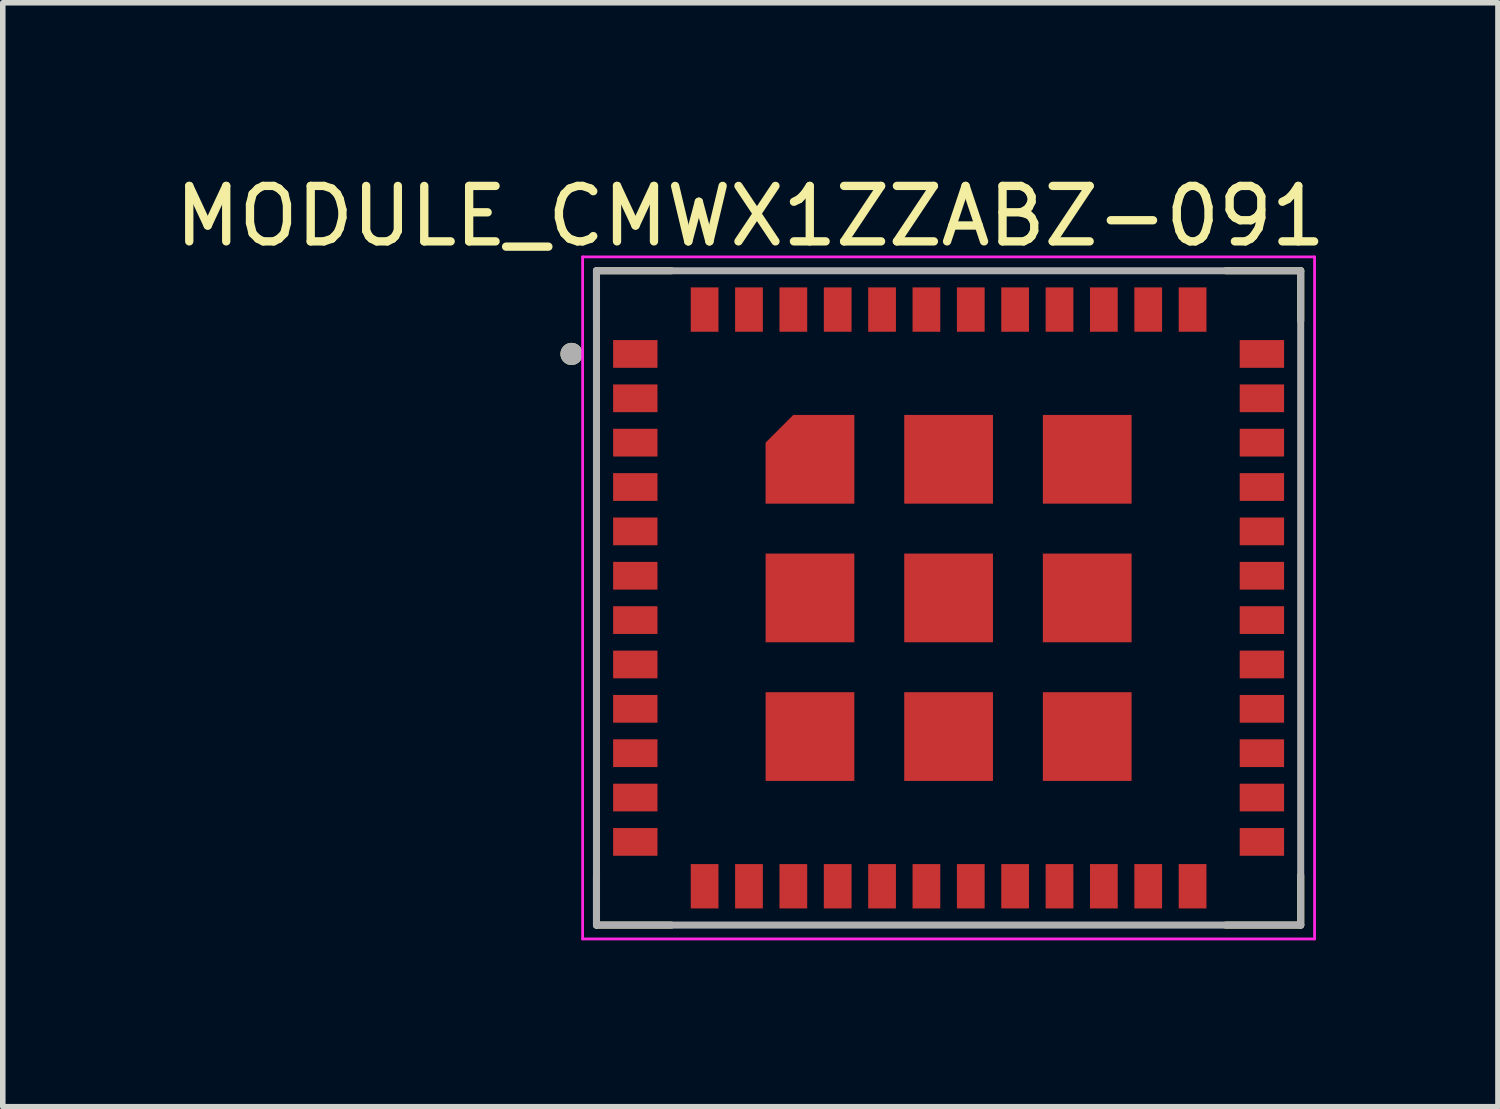
<source format=kicad_pcb>
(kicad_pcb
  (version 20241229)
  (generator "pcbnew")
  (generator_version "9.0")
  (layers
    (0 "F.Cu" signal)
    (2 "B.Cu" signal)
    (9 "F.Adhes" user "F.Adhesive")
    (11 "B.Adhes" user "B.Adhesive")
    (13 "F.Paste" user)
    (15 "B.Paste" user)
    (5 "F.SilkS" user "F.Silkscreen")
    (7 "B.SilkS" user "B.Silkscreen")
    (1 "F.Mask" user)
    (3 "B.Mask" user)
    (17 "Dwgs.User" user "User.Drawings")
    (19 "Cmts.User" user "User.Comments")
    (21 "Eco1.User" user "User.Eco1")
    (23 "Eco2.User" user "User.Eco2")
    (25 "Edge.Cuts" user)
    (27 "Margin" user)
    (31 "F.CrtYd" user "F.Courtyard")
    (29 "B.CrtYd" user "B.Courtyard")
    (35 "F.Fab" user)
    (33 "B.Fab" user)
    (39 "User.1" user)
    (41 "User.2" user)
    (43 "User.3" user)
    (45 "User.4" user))
  (footprint "MODULE_CMWX1ZZABZ-091"
    (layer "F.Cu")
    (at 14.057 7.733)
    (property "Reference" "MODULE_CMWX1ZZABZ-091" (at -3.575 -6.885 0) (layer "F.SilkS") (effects (font (size 1 1) (thickness 0.15))))
    (attr through_hole)
    (fp_poly (pts (xy -1.6 -3.4) (xy -1.6 -1.6) (xy -3.4 -1.6) (xy -3.4 -2.9) (xy -2.9 -3.4)) (stroke (width 0.001) (type solid)) (fill yes) (layer "F.Mask"))
    (fp_line (start -6.35 -5.9) (end -5 -5.9) (stroke (width 0.127) (type solid)) (layer "F.SilkS"))
    (fp_line (start -6.35 -5) (end -6.35 -5.9) (stroke (width 0.127) (type solid)) (layer "F.SilkS"))
    (fp_line (start -6.35 5) (end -6.35 5.9) (stroke (width 0.127) (type solid)) (layer "F.SilkS"))
    (fp_line (start -6.35 5.9) (end -5 5.9) (stroke (width 0.127) (type solid)) (layer "F.SilkS"))
    (fp_line (start 5 -5.9) (end 6.35 -5.9) (stroke (width 0.127) (type solid)) (layer "F.SilkS"))
    (fp_line (start 5 5.9) (end 6.35 5.9) (stroke (width 0.127) (type solid)) (layer "F.SilkS"))
    (fp_line (start 6.35 -5.9) (end 6.35 -5) (stroke (width 0.127) (type solid)) (layer "F.SilkS"))
    (fp_line (start 6.35 5.9) (end 6.35 5) (stroke (width 0.127) (type solid)) (layer "F.SilkS"))
    (fp_circle (center -6.8 -4.4) (end -6.7 -4.4) (stroke (width 0.2) (type solid)) (fill no) (layer "F.SilkS"))
    (fp_poly (pts (xy -1.7 -3.3) (xy -1.7 -1.7) (xy -3.3 -1.7) (xy -3.3 -2.8) (xy -2.8 -3.3)) (stroke (width 0.001) (type solid)) (fill yes) (layer "F.Paste"))
    (fp_line (start -6.6 -6.15) (end -6.6 6.15) (stroke (width 0.05) (type solid)) (layer "F.CrtYd"))
    (fp_line (start -6.6 6.15) (end 6.6 6.15) (stroke (width 0.05) (type solid)) (layer "F.CrtYd"))
    (fp_line (start 6.6 -6.15) (end -6.6 -6.15) (stroke (width 0.05) (type solid)) (layer "F.CrtYd"))
    (fp_line (start 6.6 6.15) (end 6.6 -6.15) (stroke (width 0.05) (type solid)) (layer "F.CrtYd"))
    (fp_line (start -6.35 -5.9) (end 6.35 -5.9) (stroke (width 0.127) (type solid)) (layer "F.Fab"))
    (fp_line (start -6.35 5.9) (end -6.35 -5.9) (stroke (width 0.127) (type solid)) (layer "F.Fab"))
    (fp_line (start 6.35 -5.9) (end 6.35 5.9) (stroke (width 0.127) (type solid)) (layer "F.Fab"))
    (fp_line (start 6.35 5.9) (end -6.35 5.9) (stroke (width 0.127) (type solid)) (layer "F.Fab"))
    (fp_circle (center -6.8 -4.4) (end -6.7 -4.4) (stroke (width 0.2) (type solid)) (fill no) (layer "F.Fab"))
    (pad "1" smd rect (at -5.65 -4.4) (size 0.8 0.5) (layers "F.Cu" "F.Mask" "F.Paste"))
    (pad "2" smd rect (at -5.65 -3.6) (size 0.8 0.5) (layers "F.Cu" "F.Mask" "F.Paste"))
    (pad "3" smd rect (at -5.65 -2.8) (size 0.8 0.5) (layers "F.Cu" "F.Mask" "F.Paste"))
    (pad "4" smd rect (at -5.65 -2) (size 0.8 0.5) (layers "F.Cu" "F.Mask" "F.Paste"))
    (pad "5" smd rect (at -5.65 -1.2) (size 0.8 0.5) (layers "F.Cu" "F.Mask" "F.Paste"))
    (pad "6" smd rect (at -5.65 -0.4) (size 0.8 0.5) (layers "F.Cu" "F.Mask" "F.Paste"))
    (pad "7" smd rect (at -5.65 0.4) (size 0.8 0.5) (layers "F.Cu" "F.Mask" "F.Paste"))
    (pad "8" smd rect (at -5.65 1.2) (size 0.8 0.5) (layers "F.Cu" "F.Mask" "F.Paste"))
    (pad "9" smd rect (at -5.65 2) (size 0.8 0.5) (layers "F.Cu" "F.Mask" "F.Paste"))
    (pad "10" smd rect (at -5.65 2.8) (size 0.8 0.5) (layers "F.Cu" "F.Mask" "F.Paste"))
    (pad "11" smd rect (at -5.65 3.6) (size 0.8 0.5) (layers "F.Cu" "F.Mask" "F.Paste"))
    (pad "12" smd rect (at -5.65 4.4) (size 0.8 0.5) (layers "F.Cu" "F.Mask" "F.Paste"))
    (pad "13" smd rect (at -4.4 5.2) (size 0.5 0.8) (layers "F.Cu" "F.Mask" "F.Paste"))
    (pad "14" smd rect (at -3.6 5.2) (size 0.5 0.8) (layers "F.Cu" "F.Mask" "F.Paste"))
    (pad "15" smd rect (at -2.8 5.2) (size 0.5 0.8) (layers "F.Cu" "F.Mask" "F.Paste"))
    (pad "16" smd rect (at -2 5.2) (size 0.5 0.8) (layers "F.Cu" "F.Mask" "F.Paste"))
    (pad "17" smd rect (at -1.2 5.2) (size 0.5 0.8) (layers "F.Cu" "F.Mask" "F.Paste"))
    (pad "18" smd rect (at -0.4 5.2) (size 0.5 0.8) (layers "F.Cu" "F.Mask" "F.Paste"))
    (pad "19" smd rect (at 0.4 5.2) (size 0.5 0.8) (layers "F.Cu" "F.Mask" "F.Paste"))
    (pad "20" smd rect (at 1.2 5.2) (size 0.5 0.8) (layers "F.Cu" "F.Mask" "F.Paste"))
    (pad "21" smd rect (at 2 5.2) (size 0.5 0.8) (layers "F.Cu" "F.Mask" "F.Paste"))
    (pad "22" smd rect (at 2.8 5.2) (size 0.5 0.8) (layers "F.Cu" "F.Mask" "F.Paste"))
    (pad "23" smd rect (at 3.6 5.2) (size 0.5 0.8) (layers "F.Cu" "F.Mask" "F.Paste"))
    (pad "24" smd rect (at 4.4 5.2) (size 0.5 0.8) (layers "F.Cu" "F.Mask" "F.Paste"))
    (pad "25" smd rect (at 5.65 4.4) (size 0.8 0.5) (layers "F.Cu" "F.Mask" "F.Paste"))
    (pad "26" smd rect (at 5.65 3.6) (size 0.8 0.5) (layers "F.Cu" "F.Mask" "F.Paste"))
    (pad "27" smd rect (at 5.65 2.8) (size 0.8 0.5) (layers "F.Cu" "F.Mask" "F.Paste"))
    (pad "28" smd rect (at 5.65 2) (size 0.8 0.5) (layers "F.Cu" "F.Mask" "F.Paste"))
    (pad "29" smd rect (at 5.65 1.2) (size 0.8 0.5) (layers "F.Cu" "F.Mask" "F.Paste"))
    (pad "30" smd rect (at 5.65 0.4) (size 0.8 0.5) (layers "F.Cu" "F.Mask" "F.Paste"))
    (pad "31" smd rect (at 5.65 -0.4) (size 0.8 0.5) (layers "F.Cu" "F.Mask" "F.Paste"))
    (pad "32" smd rect (at 5.65 -1.2) (size 0.8 0.5) (layers "F.Cu" "F.Mask" "F.Paste"))
    (pad "33" smd rect (at 5.65 -2) (size 0.8 0.5) (layers "F.Cu" "F.Mask" "F.Paste"))
    (pad "34" smd rect (at 5.65 -2.8) (size 0.8 0.5) (layers "F.Cu" "F.Mask" "F.Paste"))
    (pad "35" smd rect (at 5.65 -3.6) (size 0.8 0.5) (layers "F.Cu" "F.Mask" "F.Paste"))
    (pad "36" smd rect (at 5.65 -4.4) (size 0.8 0.5) (layers "F.Cu" "F.Mask" "F.Paste"))
    (pad "37" smd rect (at 4.4 -5.2) (size 0.5 0.8) (layers "F.Cu" "F.Mask" "F.Paste"))
    (pad "38" smd rect (at 3.6 -5.2) (size 0.5 0.8) (layers "F.Cu" "F.Mask" "F.Paste"))
    (pad "39" smd rect (at 2.8 -5.2) (size 0.5 0.8) (layers "F.Cu" "F.Mask" "F.Paste"))
    (pad "40" smd rect (at 2 -5.2) (size 0.5 0.8) (layers "F.Cu" "F.Mask" "F.Paste"))
    (pad "41" smd rect (at 1.2 -5.2) (size 0.5 0.8) (layers "F.Cu" "F.Mask" "F.Paste"))
    (pad "42" smd rect (at 0.4 -5.2) (size 0.5 0.8) (layers "F.Cu" "F.Mask" "F.Paste"))
    (pad "43" smd rect (at -0.4 -5.2) (size 0.5 0.8) (layers "F.Cu" "F.Mask" "F.Paste"))
    (pad "44" smd rect (at -1.2 -5.2) (size 0.5 0.8) (layers "F.Cu" "F.Mask" "F.Paste"))
    (pad "45" smd rect (at -2 -5.2) (size 0.5 0.8) (layers "F.Cu" "F.Mask" "F.Paste"))
    (pad "46" smd rect (at -2.8 -5.2) (size 0.5 0.8) (layers "F.Cu" "F.Mask" "F.Paste"))
    (pad "47" smd rect (at -3.6 -5.2) (size 0.5 0.8) (layers "F.Cu" "F.Mask" "F.Paste"))
    (pad "48" smd rect (at -4.4 -5.2) (size 0.5 0.8) (layers "F.Cu" "F.Mask" "F.Paste"))
    (pad "49" smd custom (at -2.5 -2.5) (size 0.8 0.8) (layers "F.Cu") (options (anchor rect)) (primitives (gr_poly (pts (xy 0.8 -0.8) (xy 0.8 0.8) (xy -0.8 0.8) (xy -0.8 -0.3) (xy -0.3 -0.8)) (width 0.001) (fill yes))))
    (pad "50" smd rect (at 0 -2.5) (size 1.6 1.6) (layers "F.Cu" "F.Mask" "F.Paste"))
    (pad "51" smd rect (at 2.5 -2.5) (size 1.6 1.6) (layers "F.Cu" "F.Mask" "F.Paste"))
    (pad "52" smd rect (at -2.5 0) (size 1.6 1.6) (layers "F.Cu" "F.Mask" "F.Paste"))
    (pad "53" smd rect (at 0 0) (size 1.6 1.6) (layers "F.Cu" "F.Mask" "F.Paste"))
    (pad "54" smd rect (at 2.5 0) (size 1.6 1.6) (layers "F.Cu" "F.Mask" "F.Paste"))
    (pad "55" smd rect (at -2.5 2.5) (size 1.6 1.6) (layers "F.Cu" "F.Mask" "F.Paste"))
    (pad "56" smd rect (at 0 2.5) (size 1.6 1.6) (layers "F.Cu" "F.Mask" "F.Paste"))
    (pad "57" smd rect (at 2.5 2.5) (size 1.6 1.6) (layers "F.Cu" "F.Mask" "F.Paste")))
  (gr_rect
    (start -3 -3)
    (end 23.964 16.908)
    (stroke (width 0.1) (type default))
    (fill no)
    (layer "Edge.Cuts")))
</source>
